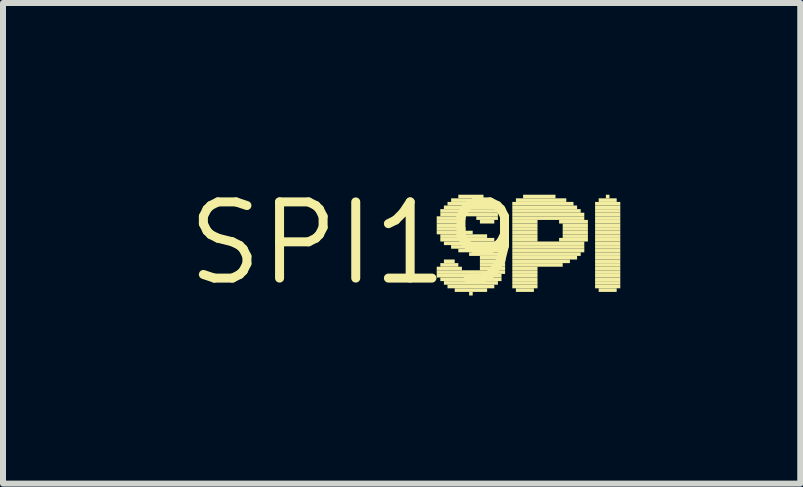
<source format=kicad_pcb>
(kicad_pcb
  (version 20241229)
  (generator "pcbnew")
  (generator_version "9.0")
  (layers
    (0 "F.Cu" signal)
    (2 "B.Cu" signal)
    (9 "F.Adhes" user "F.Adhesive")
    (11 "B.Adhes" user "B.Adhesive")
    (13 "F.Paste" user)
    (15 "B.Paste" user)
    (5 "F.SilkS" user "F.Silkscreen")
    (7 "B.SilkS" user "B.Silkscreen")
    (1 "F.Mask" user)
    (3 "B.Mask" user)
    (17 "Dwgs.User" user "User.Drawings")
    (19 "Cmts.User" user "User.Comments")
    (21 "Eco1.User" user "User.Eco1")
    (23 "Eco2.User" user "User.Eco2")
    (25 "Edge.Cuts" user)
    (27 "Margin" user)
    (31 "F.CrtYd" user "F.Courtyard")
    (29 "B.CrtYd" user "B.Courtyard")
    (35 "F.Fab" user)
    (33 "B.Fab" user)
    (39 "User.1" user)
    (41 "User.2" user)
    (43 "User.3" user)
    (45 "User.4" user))
  (footprint "SPI19"
    (layer "F.Cu")
    (at 2.85 1.006)
    (property "Reference" "SPI19" (at 0 0 0) (layer "F.SilkS") (effects (font (size 1.27 1.27) (thickness 0.15))))
    (fp_poly (pts (xy 1.38 -0.39) (xy 1.86 -0.39) (xy 1.86 -0.45) (xy 1.38 -0.45)) (stroke (width 0) (type default)) (fill yes) (layer "F.SilkS"))
    (fp_poly (pts (xy 1.38 -0.33) (xy 1.8 -0.33) (xy 1.8 -0.39) (xy 1.38 -0.39)) (stroke (width 0) (type default)) (fill yes) (layer "F.SilkS"))
    (fp_poly (pts (xy 1.38 -0.27) (xy 1.8 -0.27) (xy 1.8 -0.33) (xy 1.38 -0.33)) (stroke (width 0) (type default)) (fill yes) (layer "F.SilkS"))
    (fp_poly (pts (xy 1.38 -0.21) (xy 1.86 -0.21) (xy 1.86 -0.27) (xy 1.38 -0.27)) (stroke (width 0) (type default)) (fill yes) (layer "F.SilkS"))
    (fp_poly (pts (xy 1.38 -0.15) (xy 1.98 -0.15) (xy 1.98 -0.21) (xy 1.38 -0.21)) (stroke (width 0) (type default)) (fill yes) (layer "F.SilkS"))
    (fp_poly (pts (xy 1.38 0.45) (xy 1.8 0.45) (xy 1.8 0.39) (xy 1.38 0.39)) (stroke (width 0) (type default)) (fill yes) (layer "F.SilkS"))
    (fp_poly (pts (xy 1.38 0.51) (xy 2.52 0.51) (xy 2.52 0.45) (xy 1.38 0.45)) (stroke (width 0) (type default)) (fill yes) (layer "F.SilkS"))
    (fp_poly (pts (xy 1.38 0.57) (xy 2.46 0.57) (xy 2.46 0.51) (xy 1.38 0.51)) (stroke (width 0) (type default)) (fill yes) (layer "F.SilkS"))
    (fp_poly (pts (xy 1.44 -0.51) (xy 2.46 -0.51) (xy 2.46 -0.57) (xy 1.44 -0.57)) (stroke (width 0) (type default)) (fill yes) (layer "F.SilkS"))
    (fp_poly (pts (xy 1.44 -0.45) (xy 2.4 -0.45) (xy 2.4 -0.51) (xy 1.44 -0.51)) (stroke (width 0) (type default)) (fill yes) (layer "F.SilkS"))
    (fp_poly (pts (xy 1.44 -0.09) (xy 2.22 -0.09) (xy 2.22 -0.15) (xy 1.44 -0.15)) (stroke (width 0) (type default)) (fill yes) (layer "F.SilkS"))
    (fp_poly (pts (xy 1.44 -0.03) (xy 2.34 -0.03) (xy 2.34 -0.09) (xy 1.44 -0.09)) (stroke (width 0) (type default)) (fill yes) (layer "F.SilkS"))
    (fp_poly (pts (xy 1.44 0.39) (xy 1.74 0.39) (xy 1.74 0.33) (xy 1.44 0.33)) (stroke (width 0) (type default)) (fill yes) (layer "F.SilkS"))
    (fp_poly (pts (xy 1.44 0.63) (xy 2.46 0.63) (xy 2.46 0.57) (xy 1.44 0.57)) (stroke (width 0) (type default)) (fill yes) (layer "F.SilkS"))
    (fp_poly (pts (xy 1.5 -0.57) (xy 2.4 -0.57) (xy 2.4 -0.63) (xy 1.5 -0.63)) (stroke (width 0) (type default)) (fill yes) (layer "F.SilkS"))
    (fp_poly (pts (xy 1.5 0.03) (xy 2.46 0.03) (xy 2.46 -0.03) (xy 1.5 -0.03)) (stroke (width 0) (type default)) (fill yes) (layer "F.SilkS"))
    (fp_poly (pts (xy 1.5 0.33) (xy 1.68 0.33) (xy 1.68 0.27) (xy 1.5 0.27)) (stroke (width 0) (type default)) (fill yes) (layer "F.SilkS"))
    (fp_poly (pts (xy 1.5 0.69) (xy 2.4 0.69) (xy 2.4 0.63) (xy 1.5 0.63)) (stroke (width 0) (type default)) (fill yes) (layer "F.SilkS"))
    (fp_poly (pts (xy 1.56 -0.63) (xy 2.4 -0.63) (xy 2.4 -0.69) (xy 1.56 -0.69)) (stroke (width 0) (type default)) (fill yes) (layer "F.SilkS"))
    (fp_poly (pts (xy 1.56 0.75) (xy 2.34 0.75) (xy 2.34 0.69) (xy 1.56 0.69)) (stroke (width 0) (type default)) (fill yes) (layer "F.SilkS"))
    (fp_poly (pts (xy 1.62 -0.69) (xy 2.28 -0.69) (xy 2.28 -0.75) (xy 1.62 -0.75)) (stroke (width 0) (type default)) (fill yes) (layer "F.SilkS"))
    (fp_poly (pts (xy 1.62 0.09) (xy 2.46 0.09) (xy 2.46 0.03) (xy 1.62 0.03)) (stroke (width 0) (type default)) (fill yes) (layer "F.SilkS"))
    (fp_poly (pts (xy 1.68 0.81) (xy 2.22 0.81) (xy 2.22 0.75) (xy 1.68 0.75)) (stroke (width 0) (type default)) (fill yes) (layer "F.SilkS"))
    (fp_poly (pts (xy 1.74 -0.75) (xy 2.16 -0.75) (xy 2.16 -0.81) (xy 1.74 -0.81)) (stroke (width 0) (type default)) (fill yes) (layer "F.SilkS"))
    (fp_poly (pts (xy 1.74 0.15) (xy 2.52 0.15) (xy 2.52 0.09) (xy 1.74 0.09)) (stroke (width 0) (type default)) (fill yes) (layer "F.SilkS"))
    (fp_poly (pts (xy 1.92 0.21) (xy 2.52 0.21) (xy 2.52 0.15) (xy 1.92 0.15)) (stroke (width 0) (type default)) (fill yes) (layer "F.SilkS"))
    (fp_poly (pts (xy 1.92 0.87) (xy 1.98 0.87) (xy 1.98 0.81) (xy 1.92 0.81)) (stroke (width 0) (type default)) (fill yes) (layer "F.SilkS"))
    (fp_poly (pts (xy 2.04 -0.39) (xy 2.4 -0.39) (xy 2.4 -0.45) (xy 2.04 -0.45)) (stroke (width 0) (type default)) (fill yes) (layer "F.SilkS"))
    (fp_poly (pts (xy 2.1 -0.33) (xy 2.34 -0.33) (xy 2.34 -0.39) (xy 2.1 -0.39)) (stroke (width 0) (type default)) (fill yes) (layer "F.SilkS"))
    (fp_poly (pts (xy 2.1 0.27) (xy 2.52 0.27) (xy 2.52 0.21) (xy 2.1 0.21)) (stroke (width 0) (type default)) (fill yes) (layer "F.SilkS"))
    (fp_poly (pts (xy 2.1 0.33) (xy 2.52 0.33) (xy 2.52 0.27) (xy 2.1 0.27)) (stroke (width 0) (type default)) (fill yes) (layer "F.SilkS"))
    (fp_poly (pts (xy 2.1 0.39) (xy 2.52 0.39) (xy 2.52 0.33) (xy 2.1 0.33)) (stroke (width 0) (type default)) (fill yes) (layer "F.SilkS"))
    (fp_poly (pts (xy 2.1 0.45) (xy 2.52 0.45) (xy 2.52 0.39) (xy 2.1 0.39)) (stroke (width 0) (type default)) (fill yes) (layer "F.SilkS"))
    (fp_poly (pts (xy 2.64 -0.63) (xy 3.66 -0.63) (xy 3.66 -0.69) (xy 2.64 -0.69)) (stroke (width 0) (type default)) (fill yes) (layer "F.SilkS"))
    (fp_poly (pts (xy 2.64 -0.57) (xy 3.72 -0.57) (xy 3.72 -0.63) (xy 2.64 -0.63)) (stroke (width 0) (type default)) (fill yes) (layer "F.SilkS"))
    (fp_poly (pts (xy 2.64 -0.51) (xy 3.78 -0.51) (xy 3.78 -0.57) (xy 2.64 -0.57)) (stroke (width 0) (type default)) (fill yes) (layer "F.SilkS"))
    (fp_poly (pts (xy 2.64 -0.45) (xy 3.84 -0.45) (xy 3.84 -0.51) (xy 2.64 -0.51)) (stroke (width 0) (type default)) (fill yes) (layer "F.SilkS"))
    (fp_poly (pts (xy 2.64 -0.39) (xy 3.84 -0.39) (xy 3.84 -0.45) (xy 2.64 -0.45)) (stroke (width 0) (type default)) (fill yes) (layer "F.SilkS"))
    (fp_poly (pts (xy 2.64 -0.33) (xy 3.06 -0.33) (xy 3.06 -0.39) (xy 2.64 -0.39)) (stroke (width 0) (type default)) (fill yes) (layer "F.SilkS"))
    (fp_poly (pts (xy 2.64 -0.27) (xy 3.06 -0.27) (xy 3.06 -0.33) (xy 2.64 -0.33)) (stroke (width 0) (type default)) (fill yes) (layer "F.SilkS"))
    (fp_poly (pts (xy 2.64 -0.21) (xy 3.06 -0.21) (xy 3.06 -0.27) (xy 2.64 -0.27)) (stroke (width 0) (type default)) (fill yes) (layer "F.SilkS"))
    (fp_poly (pts (xy 2.64 -0.15) (xy 3.06 -0.15) (xy 3.06 -0.21) (xy 2.64 -0.21)) (stroke (width 0) (type default)) (fill yes) (layer "F.SilkS"))
    (fp_poly (pts (xy 2.64 -0.09) (xy 3.06 -0.09) (xy 3.06 -0.15) (xy 2.64 -0.15)) (stroke (width 0) (type default)) (fill yes) (layer "F.SilkS"))
    (fp_poly (pts (xy 2.64 -0.03) (xy 3.06 -0.03) (xy 3.06 -0.09) (xy 2.64 -0.09)) (stroke (width 0) (type default)) (fill yes) (layer "F.SilkS"))
    (fp_poly (pts (xy 2.64 0.03) (xy 3.84 0.03) (xy 3.84 -0.03) (xy 2.64 -0.03)) (stroke (width 0) (type default)) (fill yes) (layer "F.SilkS"))
    (fp_poly (pts (xy 2.64 0.09) (xy 3.84 0.09) (xy 3.84 0.03) (xy 2.64 0.03)) (stroke (width 0) (type default)) (fill yes) (layer "F.SilkS"))
    (fp_poly (pts (xy 2.64 0.15) (xy 3.84 0.15) (xy 3.84 0.09) (xy 2.64 0.09)) (stroke (width 0) (type default)) (fill yes) (layer "F.SilkS"))
    (fp_poly (pts (xy 2.64 0.21) (xy 3.78 0.21) (xy 3.78 0.15) (xy 2.64 0.15)) (stroke (width 0) (type default)) (fill yes) (layer "F.SilkS"))
    (fp_poly (pts (xy 2.64 0.27) (xy 3.72 0.27) (xy 3.72 0.21) (xy 2.64 0.21)) (stroke (width 0) (type default)) (fill yes) (layer "F.SilkS"))
    (fp_poly (pts (xy 2.64 0.33) (xy 3.6 0.33) (xy 3.6 0.27) (xy 2.64 0.27)) (stroke (width 0) (type default)) (fill yes) (layer "F.SilkS"))
    (fp_poly (pts (xy 2.64 0.39) (xy 3.48 0.39) (xy 3.48 0.33) (xy 2.64 0.33)) (stroke (width 0) (type default)) (fill yes) (layer "F.SilkS"))
    (fp_poly (pts (xy 2.64 0.45) (xy 3.06 0.45) (xy 3.06 0.39) (xy 2.64 0.39)) (stroke (width 0) (type default)) (fill yes) (layer "F.SilkS"))
    (fp_poly (pts (xy 2.64 0.51) (xy 3.06 0.51) (xy 3.06 0.45) (xy 2.64 0.45)) (stroke (width 0) (type default)) (fill yes) (layer "F.SilkS"))
    (fp_poly (pts (xy 2.64 0.57) (xy 3.06 0.57) (xy 3.06 0.51) (xy 2.64 0.51)) (stroke (width 0) (type default)) (fill yes) (layer "F.SilkS"))
    (fp_poly (pts (xy 2.64 0.63) (xy 3.06 0.63) (xy 3.06 0.57) (xy 2.64 0.57)) (stroke (width 0) (type default)) (fill yes) (layer "F.SilkS"))
    (fp_poly (pts (xy 2.64 0.69) (xy 3.06 0.69) (xy 3.06 0.63) (xy 2.64 0.63)) (stroke (width 0) (type default)) (fill yes) (layer "F.SilkS"))
    (fp_poly (pts (xy 2.64 0.75) (xy 3.06 0.75) (xy 3.06 0.69) (xy 2.64 0.69)) (stroke (width 0) (type default)) (fill yes) (layer "F.SilkS"))
    (fp_poly (pts (xy 2.7 -0.69) (xy 3.54 -0.69) (xy 3.54 -0.75) (xy 2.7 -0.75)) (stroke (width 0) (type default)) (fill yes) (layer "F.SilkS"))
    (fp_poly (pts (xy 2.7 0.81) (xy 3 0.81) (xy 3 0.75) (xy 2.7 0.75)) (stroke (width 0) (type default)) (fill yes) (layer "F.SilkS"))
    (fp_poly (pts (xy 2.82 -0.75) (xy 3.36 -0.75) (xy 3.36 -0.81) (xy 2.82 -0.81)) (stroke (width 0) (type default)) (fill yes) (layer "F.SilkS"))
    (fp_poly (pts (xy 3.42 -0.33) (xy 3.9 -0.33) (xy 3.9 -0.39) (xy 3.42 -0.39)) (stroke (width 0) (type default)) (fill yes) (layer "F.SilkS"))
    (fp_poly (pts (xy 3.42 -0.03) (xy 3.9 -0.03) (xy 3.9 -0.09) (xy 3.42 -0.09)) (stroke (width 0) (type default)) (fill yes) (layer "F.SilkS"))
    (fp_poly (pts (xy 3.48 -0.27) (xy 3.9 -0.27) (xy 3.9 -0.33) (xy 3.48 -0.33)) (stroke (width 0) (type default)) (fill yes) (layer "F.SilkS"))
    (fp_poly (pts (xy 3.48 -0.21) (xy 3.9 -0.21) (xy 3.9 -0.27) (xy 3.48 -0.27)) (stroke (width 0) (type default)) (fill yes) (layer "F.SilkS"))
    (fp_poly (pts (xy 3.48 -0.15) (xy 3.9 -0.15) (xy 3.9 -0.21) (xy 3.48 -0.21)) (stroke (width 0) (type default)) (fill yes) (layer "F.SilkS"))
    (fp_poly (pts (xy 3.48 -0.09) (xy 3.9 -0.09) (xy 3.9 -0.15) (xy 3.48 -0.15)) (stroke (width 0) (type default)) (fill yes) (layer "F.SilkS"))
    (fp_poly (pts (xy 4.02 -0.63) (xy 4.44 -0.63) (xy 4.44 -0.69) (xy 4.02 -0.69)) (stroke (width 0) (type default)) (fill yes) (layer "F.SilkS"))
    (fp_poly (pts (xy 4.02 -0.57) (xy 4.44 -0.57) (xy 4.44 -0.63) (xy 4.02 -0.63)) (stroke (width 0) (type default)) (fill yes) (layer "F.SilkS"))
    (fp_poly (pts (xy 4.02 -0.51) (xy 4.44 -0.51) (xy 4.44 -0.57) (xy 4.02 -0.57)) (stroke (width 0) (type default)) (fill yes) (layer "F.SilkS"))
    (fp_poly (pts (xy 4.02 -0.45) (xy 4.44 -0.45) (xy 4.44 -0.51) (xy 4.02 -0.51)) (stroke (width 0) (type default)) (fill yes) (layer "F.SilkS"))
    (fp_poly (pts (xy 4.02 -0.39) (xy 4.44 -0.39) (xy 4.44 -0.45) (xy 4.02 -0.45)) (stroke (width 0) (type default)) (fill yes) (layer "F.SilkS"))
    (fp_poly (pts (xy 4.02 -0.33) (xy 4.44 -0.33) (xy 4.44 -0.39) (xy 4.02 -0.39)) (stroke (width 0) (type default)) (fill yes) (layer "F.SilkS"))
    (fp_poly (pts (xy 4.02 -0.27) (xy 4.44 -0.27) (xy 4.44 -0.33) (xy 4.02 -0.33)) (stroke (width 0) (type default)) (fill yes) (layer "F.SilkS"))
    (fp_poly (pts (xy 4.02 -0.21) (xy 4.44 -0.21) (xy 4.44 -0.27) (xy 4.02 -0.27)) (stroke (width 0) (type default)) (fill yes) (layer "F.SilkS"))
    (fp_poly (pts (xy 4.02 -0.15) (xy 4.44 -0.15) (xy 4.44 -0.21) (xy 4.02 -0.21)) (stroke (width 0) (type default)) (fill yes) (layer "F.SilkS"))
    (fp_poly (pts (xy 4.02 -0.09) (xy 4.44 -0.09) (xy 4.44 -0.15) (xy 4.02 -0.15)) (stroke (width 0) (type default)) (fill yes) (layer "F.SilkS"))
    (fp_poly (pts (xy 4.02 -0.03) (xy 4.44 -0.03) (xy 4.44 -0.09) (xy 4.02 -0.09)) (stroke (width 0) (type default)) (fill yes) (layer "F.SilkS"))
    (fp_poly (pts (xy 4.02 0.03) (xy 4.44 0.03) (xy 4.44 -0.03) (xy 4.02 -0.03)) (stroke (width 0) (type default)) (fill yes) (layer "F.SilkS"))
    (fp_poly (pts (xy 4.02 0.09) (xy 4.44 0.09) (xy 4.44 0.03) (xy 4.02 0.03)) (stroke (width 0) (type default)) (fill yes) (layer "F.SilkS"))
    (fp_poly (pts (xy 4.02 0.15) (xy 4.44 0.15) (xy 4.44 0.09) (xy 4.02 0.09)) (stroke (width 0) (type default)) (fill yes) (layer "F.SilkS"))
    (fp_poly (pts (xy 4.02 0.21) (xy 4.44 0.21) (xy 4.44 0.15) (xy 4.02 0.15)) (stroke (width 0) (type default)) (fill yes) (layer "F.SilkS"))
    (fp_poly (pts (xy 4.02 0.27) (xy 4.44 0.27) (xy 4.44 0.21) (xy 4.02 0.21)) (stroke (width 0) (type default)) (fill yes) (layer "F.SilkS"))
    (fp_poly (pts (xy 4.02 0.33) (xy 4.44 0.33) (xy 4.44 0.27) (xy 4.02 0.27)) (stroke (width 0) (type default)) (fill yes) (layer "F.SilkS"))
    (fp_poly (pts (xy 4.02 0.39) (xy 4.44 0.39) (xy 4.44 0.33) (xy 4.02 0.33)) (stroke (width 0) (type default)) (fill yes) (layer "F.SilkS"))
    (fp_poly (pts (xy 4.02 0.45) (xy 4.44 0.45) (xy 4.44 0.39) (xy 4.02 0.39)) (stroke (width 0) (type default)) (fill yes) (layer "F.SilkS"))
    (fp_poly (pts (xy 4.02 0.51) (xy 4.44 0.51) (xy 4.44 0.45) (xy 4.02 0.45)) (stroke (width 0) (type default)) (fill yes) (layer "F.SilkS"))
    (fp_poly (pts (xy 4.02 0.57) (xy 4.44 0.57) (xy 4.44 0.51) (xy 4.02 0.51)) (stroke (width 0) (type default)) (fill yes) (layer "F.SilkS"))
    (fp_poly (pts (xy 4.02 0.63) (xy 4.44 0.63) (xy 4.44 0.57) (xy 4.02 0.57)) (stroke (width 0) (type default)) (fill yes) (layer "F.SilkS"))
    (fp_poly (pts (xy 4.02 0.69) (xy 4.44 0.69) (xy 4.44 0.63) (xy 4.02 0.63)) (stroke (width 0) (type default)) (fill yes) (layer "F.SilkS"))
    (fp_poly (pts (xy 4.02 0.75) (xy 4.44 0.75) (xy 4.44 0.69) (xy 4.02 0.69)) (stroke (width 0) (type default)) (fill yes) (layer "F.SilkS"))
    (fp_poly (pts (xy 4.08 -0.69) (xy 4.38 -0.69) (xy 4.38 -0.75) (xy 4.08 -0.75)) (stroke (width 0) (type default)) (fill yes) (layer "F.SilkS"))
    (fp_poly (pts (xy 4.08 0.81) (xy 4.38 0.81) (xy 4.38 0.75) (xy 4.08 0.75)) (stroke (width 0) (type default)) (fill yes) (layer "F.SilkS"))
    (fp_poly (pts (xy 4.2 -0.75) (xy 4.26 -0.75) (xy 4.26 -0.81) (xy 4.2 -0.81)) (stroke (width 0) (type default)) (fill yes) (layer "F.SilkS")))
  (gr_rect
    (start -3 -3)
    (end 10.29 5.012)
    (stroke (width 0.1) (type default))
    (fill no)
    (layer "Edge.Cuts")))
</source>
